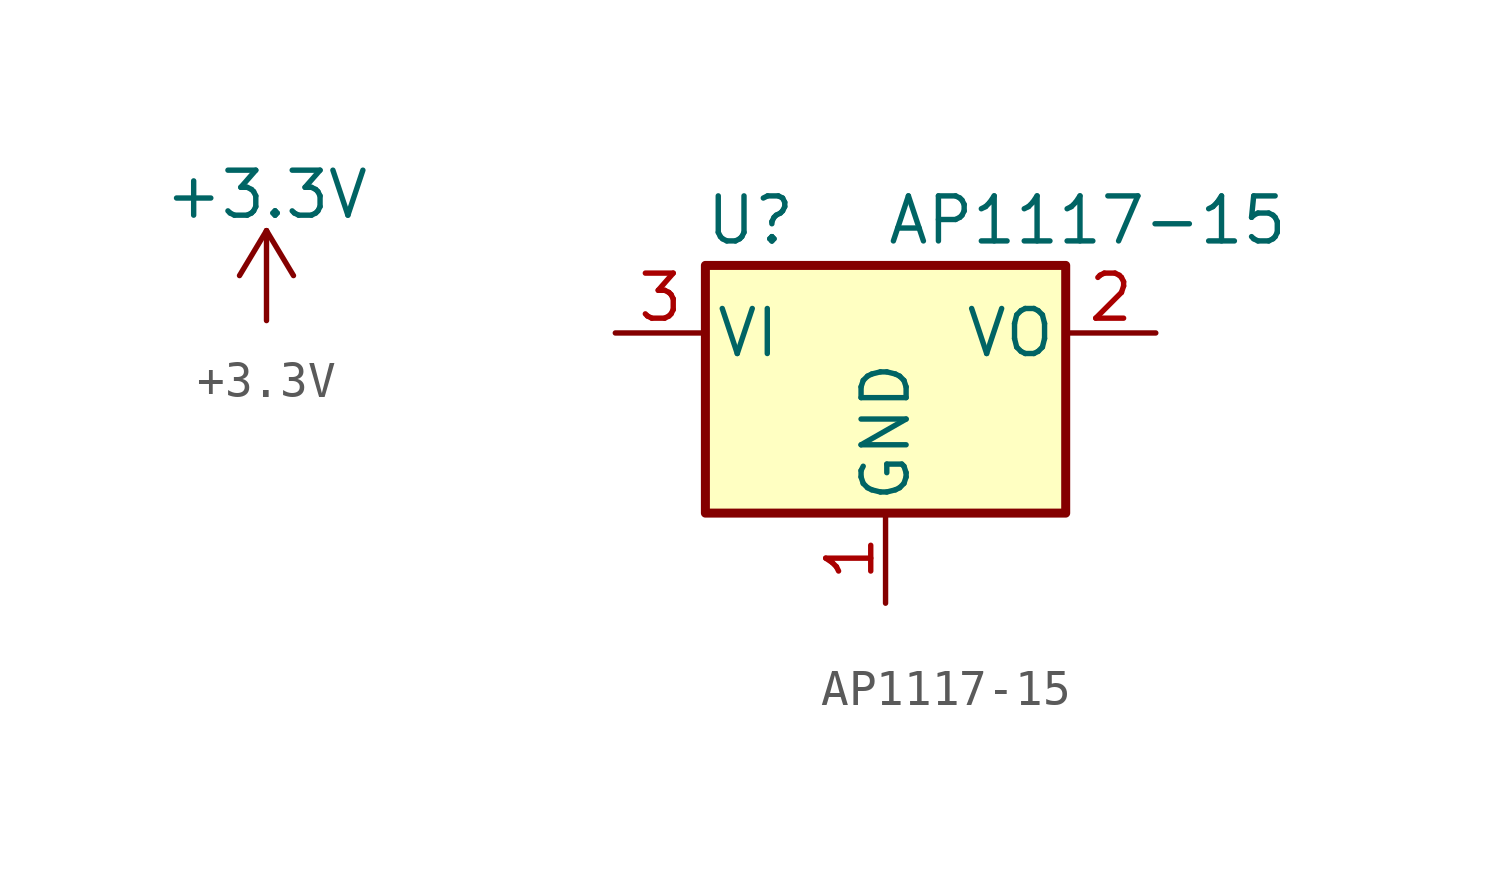
<source format=kicad_sym>
(kicad_symbol_lib
  (version 20231120)
  (generator "kicad_symbol_editor")
  (generator_version "8.0")
  (symbol "+3.3V"
    (power)
    (pin_names
      (offset 0))
    (property "Reference" "#PWR"
      (at 0 -3.81 0)
      (effects (font (size 1.27 1.27)) (hide yes)))
    (property "Value" "+3.3V"
      (at 0 3.556 0)
      (effects (font (size 1.27 1.27))))
    (symbol "+3.3V_0_1"
      (polyline (pts (xy -0.762 1.27) (xy 0 2.54)) (stroke (width 0) (type solid)) (fill (type none)))
      (polyline (pts (xy 0 0) (xy 0 2.54)) (stroke (width 0) (type solid)) (fill (type none)))
      (polyline (pts (xy 0 2.54) (xy 0.762 1.27)) (stroke (width 0) (type solid)) (fill (type none))))
    (symbol "+3.3V_1_1"
      (pin power_out line (at 0 0 90) (length 0) hide (name "+3.3V" (effects (font (size 1.27 1.27)))) (number "2" (effects (font (size 1.27 1.27)))))))
  (symbol "AP1117-15"
    (pin_names
      (offset 0.254))
    (property "Reference" "U"
      (at -3.81 3.175 0)
      (effects (font (size 1.27 1.27))))
    (property "Value" "AP1117-15"
      (at 0 3.175 0)
      (effects (font (size 1.27 1.27)) (justify left)))
    (symbol "AP1117-15_0_1"
      (rectangle (start -5.08 -5.08) (end 5.08 1.905) (stroke (width 0.254) (type solid)) (fill (type background))))
    (symbol "AP1117-15_1_1"
      (pin power_in line (at 0 -7.62 90) (length 2.54) (name "GND" (effects (font (size 1.27 1.27)))) (number "1" (effects (font (size 1.27 1.27)))))
      (pin passive line (at 7.62 0 180) (length 2.54) (name "VO" (effects (font (size 1.27 1.27)))) (number "2" (effects (font (size 1.27 1.27)))))
      (pin power_in line (at -7.62 0 0) (length 2.54) (name "VI" (effects (font (size 1.27 1.27)))) (number "3" (effects (font (size 1.27 1.27))))))))
</source>
